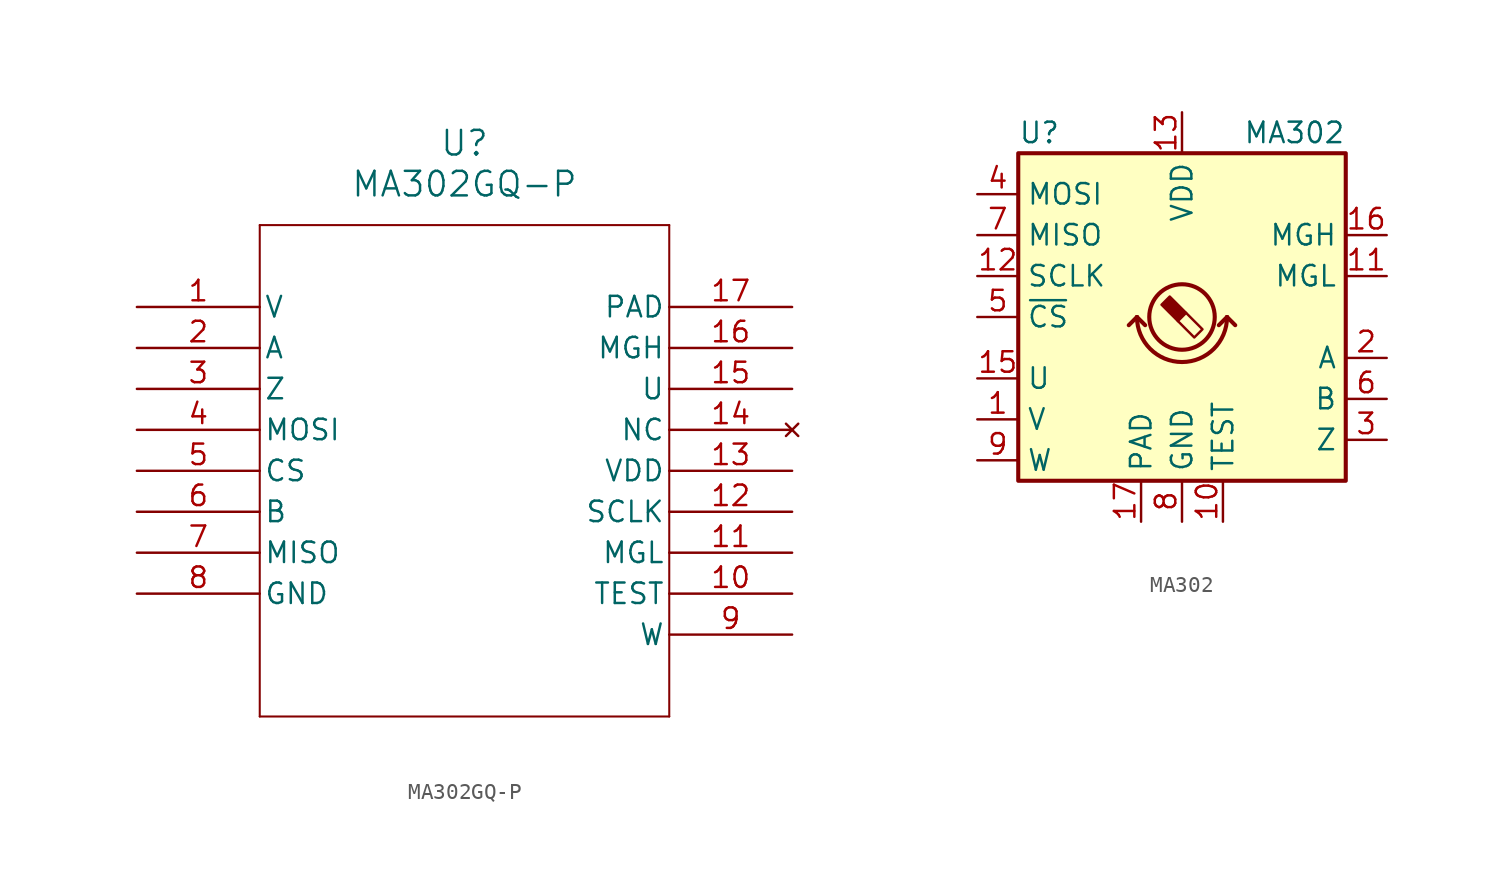
<source format=kicad_sym>
(kicad_symbol_lib
  (version 20220914)
  (generator kicad_symbol_editor)
  (symbol "MA302GQ-P"
    (pin_names
      (offset 0.254))
    (property "Reference" "U"
      (at 20.32 10.16 0)
      (effects (font (size 1.524 1.524))))
    (property "Value" "MA302GQ-P"
      (at 20.32 7.62 0)
      (effects (font (size 1.524 1.524))))
    (symbol "MA302GQ-P_0_1"
      (polyline (pts (xy 7.62 -25.4) (xy 33.02 -25.4)) (stroke (width 0.127) (type default)) (fill (type none)))
      (polyline (pts (xy 7.62 5.08) (xy 7.62 -25.4)) (stroke (width 0.127) (type default)) (fill (type none)))
      (polyline (pts (xy 33.02 -25.4) (xy 33.02 5.08)) (stroke (width 0.127) (type default)) (fill (type none)))
      (polyline (pts (xy 33.02 5.08) (xy 7.62 5.08)) (stroke (width 0.127) (type default)) (fill (type none)))
      (pin output line (at 0 0 0) (length 7.62) (name "V" (effects (font (size 1.27 1.27)))) (number "1" (effects (font (size 1.27 1.27)))))
      (pin unspecified line (at 40.64 -17.78 180) (length 7.62) (name "TEST" (effects (font (size 1.27 1.27)))) (number "10" (effects (font (size 1.27 1.27)))))
      (pin output line (at 40.64 -15.24 180) (length 7.62) (name "MGL" (effects (font (size 1.27 1.27)))) (number "11" (effects (font (size 1.27 1.27)))))
      (pin unspecified line (at 40.64 -12.7 180) (length 7.62) (name "SCLK" (effects (font (size 1.27 1.27)))) (number "12" (effects (font (size 1.27 1.27)))))
      (pin power_in line (at 40.64 -10.16 180) (length 7.62) (name "VDD" (effects (font (size 1.27 1.27)))) (number "13" (effects (font (size 1.27 1.27)))))
      (pin no_connect line (at 40.64 -7.62 180) (length 7.62) (name "NC" (effects (font (size 1.27 1.27)))) (number "14" (effects (font (size 1.27 1.27)))))
      (pin output line (at 40.64 -5.08 180) (length 7.62) (name "U" (effects (font (size 1.27 1.27)))) (number "15" (effects (font (size 1.27 1.27)))))
      (pin output line (at 40.64 -2.54 180) (length 7.62) (name "MGH" (effects (font (size 1.27 1.27)))) (number "16" (effects (font (size 1.27 1.27)))))
      (pin power_out line (at 40.64 0 180) (length 7.62) (name "PAD" (effects (font (size 1.27 1.27)))) (number "17" (effects (font (size 1.27 1.27)))))
      (pin output line (at 0 -2.54 0) (length 7.62) (name "A" (effects (font (size 1.27 1.27)))) (number "2" (effects (font (size 1.27 1.27)))))
      (pin output line (at 0 -5.08 0) (length 7.62) (name "Z" (effects (font (size 1.27 1.27)))) (number "3" (effects (font (size 1.27 1.27)))))
      (pin input line (at 0 -7.62 0) (length 7.62) (name "MOSI" (effects (font (size 1.27 1.27)))) (number "4" (effects (font (size 1.27 1.27)))))
      (pin unspecified line (at 0 -10.16 0) (length 7.62) (name "CS" (effects (font (size 1.27 1.27)))) (number "5" (effects (font (size 1.27 1.27)))))
      (pin output line (at 0 -12.7 0) (length 7.62) (name "B" (effects (font (size 1.27 1.27)))) (number "6" (effects (font (size 1.27 1.27)))))
      (pin output line (at 0 -15.24 0) (length 7.62) (name "MISO" (effects (font (size 1.27 1.27)))) (number "7" (effects (font (size 1.27 1.27)))))
      (pin power_out line (at 0 -17.78 0) (length 7.62) (name "GND" (effects (font (size 1.27 1.27)))) (number "8" (effects (font (size 1.27 1.27)))))
      (pin output line (at 40.64 -20.32 180) (length 7.62) (name "W" (effects (font (size 1.27 1.27)))) (number "9" (effects (font (size 1.27 1.27)))))))
  (symbol "MA302"
    (property "Reference" "U"
      (at -10.16 11.43 0)
      (effects (font (size 1.27 1.27)) (justify left)))
    (property "Value" "MA302"
      (at 10.16 11.43 0)
      (effects (font (size 1.27 1.27)) (justify right)))
    (symbol "MA302_0_1"
      (rectangle (start -10.16 10.16) (end 10.16 -10.16) (stroke (width 0.254) (type default)) (fill (type background)))
      (arc (start -2.794 0) (mid 0 -2.7819) (end 2.794 0) (stroke (width 0.254) (type default)) (fill (type none)))
      (polyline (pts (xy -2.794 0) (xy -3.302 -0.508)) (stroke (width 0.254) (type default)) (fill (type none)))
      (polyline (pts (xy -2.794 0) (xy -2.286 -0.508)) (stroke (width 0.254) (type default)) (fill (type none)))
      (polyline (pts (xy 2.794 0) (xy 2.286 -0.508)) (stroke (width 0.254) (type default)) (fill (type none)))
      (polyline (pts (xy 2.794 0) (xy 3.302 -0.508)) (stroke (width 0.254) (type default)) (fill (type none))))
    (symbol "MA302_1_1"
      (polyline (pts (xy 0.254 0.254) (xy 1.27 -0.762) (xy 0.762 -1.27) (xy -0.254 -0.254)) (stroke (width 0) (type default)) (fill (type none)))
      (polyline (pts (xy -0.762 1.27) (xy 0.254 0.254) (xy -0.254 -0.254) (xy -1.27 0.762) (xy -1.016 1.016) (xy -0.762 1.27) (xy -0.635 1.143)) (stroke (width 0) (type default)) (fill (type outline)))
      (circle (center 0 0) (radius 2.032) (stroke (width 0.254) (type default)) (fill (type none)))
      (pin output line (at -12.7 -6.35 0) (length 2.54) (name "V" (effects (font (size 1.27 1.27)))) (number "1" (effects (font (size 1.27 1.27)))))
      (pin passive line (at 2.54 -12.7 90) (length 2.54) (name "TEST" (effects (font (size 1.27 1.27)))) (number "10" (effects (font (size 1.27 1.27)))))
      (pin output line (at 12.7 2.54 180) (length 2.54) (name "MGL" (effects (font (size 1.27 1.27)))) (number "11" (effects (font (size 1.27 1.27)))))
      (pin input line (at -12.7 2.54 0) (length 2.54) (name "SCLK" (effects (font (size 1.27 1.27)))) (number "12" (effects (font (size 1.27 1.27)))))
      (pin power_in line (at 0 12.7 270) (length 2.54) (name "VDD" (effects (font (size 1.27 1.27)))) (number "13" (effects (font (size 1.27 1.27)))))
      (pin no_connect line (at 5.08 -10.16 90) (length 2.54) hide (name "NC" (effects (font (size 1.27 1.27)))) (number "14" (effects (font (size 1.27 1.27)))))
      (pin output line (at -12.7 -3.81 0) (length 2.54) (name "U" (effects (font (size 1.27 1.27)))) (number "15" (effects (font (size 1.27 1.27)))))
      (pin output line (at 12.7 5.08 180) (length 2.54) (name "MGH" (effects (font (size 1.27 1.27)))) (number "16" (effects (font (size 1.27 1.27)))))
      (pin input line (at -2.54 -12.7 90) (length 2.54) (name "PAD" (effects (font (size 1.27 1.27)))) (number "17" (effects (font (size 1.27 1.27)))))
      (pin output line (at 12.7 -2.54 180) (length 2.54) (name "A" (effects (font (size 1.27 1.27)))) (number "2" (effects (font (size 1.27 1.27)))))
      (pin output line (at 12.7 -7.62 180) (length 2.54) (name "Z" (effects (font (size 1.27 1.27)))) (number "3" (effects (font (size 1.27 1.27)))))
      (pin input line (at -12.7 7.62 0) (length 2.54) (name "MOSI" (effects (font (size 1.27 1.27)))) (number "4" (effects (font (size 1.27 1.27)))))
      (pin input line (at -12.7 0 0) (length 2.54) (name "~{CS}" (effects (font (size 1.27 1.27)))) (number "5" (effects (font (size 1.27 1.27)))))
      (pin output line (at 12.7 -5.08 180) (length 2.54) (name "B" (effects (font (size 1.27 1.27)))) (number "6" (effects (font (size 1.27 1.27)))))
      (pin output line (at -12.7 5.08 0) (length 2.54) (name "MISO" (effects (font (size 1.27 1.27)))) (number "7" (effects (font (size 1.27 1.27)))))
      (pin power_in line (at 0 -12.7 90) (length 2.54) (name "GND" (effects (font (size 1.27 1.27)))) (number "8" (effects (font (size 1.27 1.27)))))
      (pin output line (at -12.7 -8.89 0) (length 2.54) (name "W" (effects (font (size 1.27 1.27)))) (number "9" (effects (font (size 1.27 1.27))))))))
</source>
